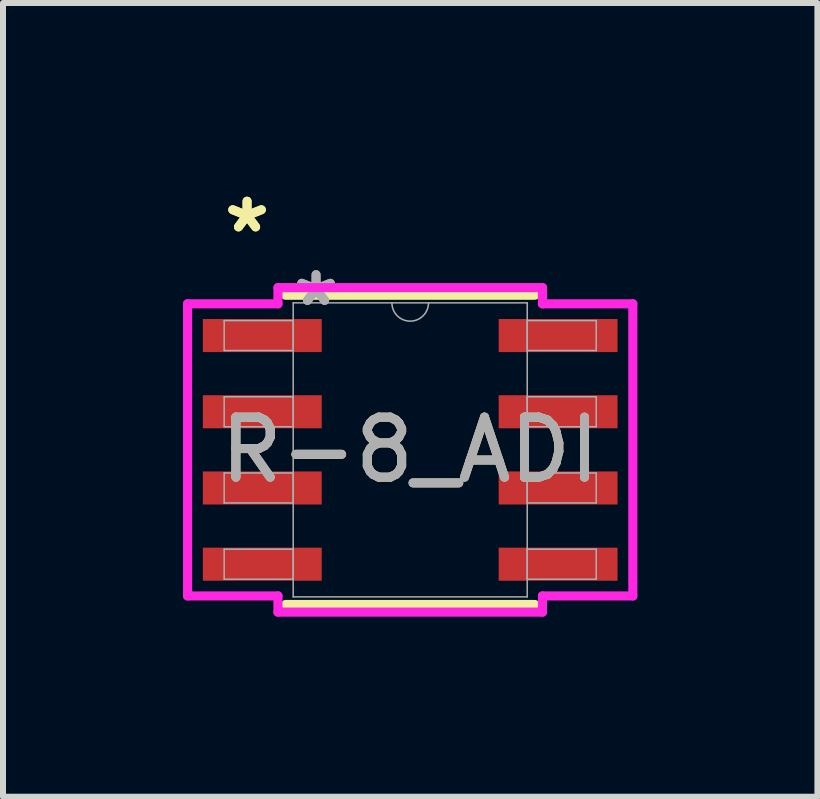
<source format=kicad_pcb>
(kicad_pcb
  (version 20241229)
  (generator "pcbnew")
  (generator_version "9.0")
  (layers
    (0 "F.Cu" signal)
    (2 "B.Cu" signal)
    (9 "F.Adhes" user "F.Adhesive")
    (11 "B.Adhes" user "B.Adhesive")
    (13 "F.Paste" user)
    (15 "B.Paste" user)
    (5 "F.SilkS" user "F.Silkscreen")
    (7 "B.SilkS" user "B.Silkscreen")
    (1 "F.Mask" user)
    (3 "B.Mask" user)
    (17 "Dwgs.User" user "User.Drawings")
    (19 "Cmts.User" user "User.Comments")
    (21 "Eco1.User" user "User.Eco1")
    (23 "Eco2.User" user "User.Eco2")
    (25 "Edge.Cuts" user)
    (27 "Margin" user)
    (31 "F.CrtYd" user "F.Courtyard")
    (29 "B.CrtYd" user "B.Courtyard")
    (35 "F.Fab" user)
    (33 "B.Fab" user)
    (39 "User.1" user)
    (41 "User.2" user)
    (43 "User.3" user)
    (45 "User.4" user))
  (footprint "R-8_ADI"
    (layer "F.Cu")
    (at 3.786 4.447)
    (property "Reference" "R-8_ADI" (at 0 0 0) (unlocked yes) (layer "F.SilkS") (effects (font (size 1 1) (thickness 0.15))))
    (attr smd)
    (fp_line (start -2.077 2.577) (end 2.077 2.577) (stroke (width 0.152) (type solid)) (layer "F.SilkS"))
    (fp_line (start 2.077 -2.577) (end -2.077 -2.577) (stroke (width 0.152) (type solid)) (layer "F.SilkS"))
    (fp_line (start -3.71 -2.434) (end -2.204 -2.434) (stroke (width 0.152) (type solid)) (layer "F.CrtYd"))
    (fp_line (start -3.71 2.434) (end -3.71 -2.434) (stroke (width 0.152) (type solid)) (layer "F.CrtYd"))
    (fp_line (start -3.71 2.434) (end -2.204 2.434) (stroke (width 0.152) (type solid)) (layer "F.CrtYd"))
    (fp_line (start -2.204 -2.704) (end 2.204 -2.704) (stroke (width 0.152) (type solid)) (layer "F.CrtYd"))
    (fp_line (start -2.204 -2.434) (end -2.204 -2.704) (stroke (width 0.152) (type solid)) (layer "F.CrtYd"))
    (fp_line (start -2.204 2.704) (end -2.204 2.434) (stroke (width 0.152) (type solid)) (layer "F.CrtYd"))
    (fp_line (start 2.204 -2.704) (end 2.204 -2.434) (stroke (width 0.152) (type solid)) (layer "F.CrtYd"))
    (fp_line (start 2.204 2.434) (end 2.204 2.704) (stroke (width 0.152) (type solid)) (layer "F.CrtYd"))
    (fp_line (start 2.204 2.704) (end -2.204 2.704) (stroke (width 0.152) (type solid)) (layer "F.CrtYd"))
    (fp_line (start 3.71 -2.434) (end 2.204 -2.434) (stroke (width 0.152) (type solid)) (layer "F.CrtYd"))
    (fp_line (start 3.71 -2.434) (end 3.71 2.434) (stroke (width 0.152) (type solid)) (layer "F.CrtYd"))
    (fp_line (start 3.71 2.434) (end 2.204 2.434) (stroke (width 0.152) (type solid)) (layer "F.CrtYd"))
    (fp_line (start -3.1 -2.155) (end -3.1 -1.655) (stroke (width 0.025) (type solid)) (layer "F.Fab"))
    (fp_line (start -3.1 -1.655) (end -1.95 -1.655) (stroke (width 0.025) (type solid)) (layer "F.Fab"))
    (fp_line (start -3.1 -0.885) (end -3.1 -0.385) (stroke (width 0.025) (type solid)) (layer "F.Fab"))
    (fp_line (start -3.1 -0.385) (end -1.95 -0.385) (stroke (width 0.025) (type solid)) (layer "F.Fab"))
    (fp_line (start -3.1 0.385) (end -3.1 0.885) (stroke (width 0.025) (type solid)) (layer "F.Fab"))
    (fp_line (start -3.1 0.885) (end -1.95 0.885) (stroke (width 0.025) (type solid)) (layer "F.Fab"))
    (fp_line (start -3.1 1.655) (end -3.1 2.155) (stroke (width 0.025) (type solid)) (layer "F.Fab"))
    (fp_line (start -3.1 2.155) (end -1.95 2.155) (stroke (width 0.025) (type solid)) (layer "F.Fab"))
    (fp_line (start -1.95 -2.45) (end -1.95 2.45) (stroke (width 0.025) (type solid)) (layer "F.Fab"))
    (fp_line (start -1.95 -2.155) (end -3.1 -2.155) (stroke (width 0.025) (type solid)) (layer "F.Fab"))
    (fp_line (start -1.95 -1.655) (end -1.95 -2.155) (stroke (width 0.025) (type solid)) (layer "F.Fab"))
    (fp_line (start -1.95 -0.885) (end -3.1 -0.885) (stroke (width 0.025) (type solid)) (layer "F.Fab"))
    (fp_line (start -1.95 -0.385) (end -1.95 -0.885) (stroke (width 0.025) (type solid)) (layer "F.Fab"))
    (fp_line (start -1.95 0.385) (end -3.1 0.385) (stroke (width 0.025) (type solid)) (layer "F.Fab"))
    (fp_line (start -1.95 0.885) (end -1.95 0.385) (stroke (width 0.025) (type solid)) (layer "F.Fab"))
    (fp_line (start -1.95 1.655) (end -3.1 1.655) (stroke (width 0.025) (type solid)) (layer "F.Fab"))
    (fp_line (start -1.95 2.155) (end -1.95 1.655) (stroke (width 0.025) (type solid)) (layer "F.Fab"))
    (fp_line (start -1.95 2.45) (end 1.95 2.45) (stroke (width 0.025) (type solid)) (layer "F.Fab"))
    (fp_line (start 1.95 -2.45) (end -1.95 -2.45) (stroke (width 0.025) (type solid)) (layer "F.Fab"))
    (fp_line (start 1.95 -2.155) (end 1.95 -1.655) (stroke (width 0.025) (type solid)) (layer "F.Fab"))
    (fp_line (start 1.95 -1.655) (end 3.1 -1.655) (stroke (width 0.025) (type solid)) (layer "F.Fab"))
    (fp_line (start 1.95 -0.885) (end 1.95 -0.385) (stroke (width 0.025) (type solid)) (layer "F.Fab"))
    (fp_line (start 1.95 -0.385) (end 3.1 -0.385) (stroke (width 0.025) (type solid)) (layer "F.Fab"))
    (fp_line (start 1.95 0.385) (end 1.95 0.885) (stroke (width 0.025) (type solid)) (layer "F.Fab"))
    (fp_line (start 1.95 0.885) (end 3.1 0.885) (stroke (width 0.025) (type solid)) (layer "F.Fab"))
    (fp_line (start 1.95 1.655) (end 1.95 2.155) (stroke (width 0.025) (type solid)) (layer "F.Fab"))
    (fp_line (start 1.95 2.155) (end 3.1 2.155) (stroke (width 0.025) (type solid)) (layer "F.Fab"))
    (fp_line (start 1.95 2.45) (end 1.95 -2.45) (stroke (width 0.025) (type solid)) (layer "F.Fab"))
    (fp_line (start 3.1 -2.155) (end 1.95 -2.155) (stroke (width 0.025) (type solid)) (layer "F.Fab"))
    (fp_line (start 3.1 -1.655) (end 3.1 -2.155) (stroke (width 0.025) (type solid)) (layer "F.Fab"))
    (fp_line (start 3.1 -0.885) (end 1.95 -0.885) (stroke (width 0.025) (type solid)) (layer "F.Fab"))
    (fp_line (start 3.1 -0.385) (end 3.1 -0.885) (stroke (width 0.025) (type solid)) (layer "F.Fab"))
    (fp_line (start 3.1 0.385) (end 1.95 0.385) (stroke (width 0.025) (type solid)) (layer "F.Fab"))
    (fp_line (start 3.1 0.885) (end 3.1 0.385) (stroke (width 0.025) (type solid)) (layer "F.Fab"))
    (fp_line (start 3.1 1.655) (end 1.95 1.655) (stroke (width 0.025) (type solid)) (layer "F.Fab"))
    (fp_line (start 3.1 2.155) (end 3.1 1.655) (stroke (width 0.025) (type solid)) (layer "F.Fab"))
    (fp_arc (start 0.3048 -2.45) (mid 0 -2.1452) (end -0.3048 -2.45) (stroke (width 0.0254) (type solid)) (layer "F.Fab"))
    (fp_text user "*" (at -2.719 -3.599 0) (unlocked yes) (layer "F.SilkS") (effects (font (size 1 1) (thickness 0.15))))
    (fp_text user "*" (at -2.719 -3.599 0) (layer "F.SilkS") (effects (font (size 1 1) (thickness 0.15))))
    (fp_text user "*" (at -1.569 -2.374 0) (layer "F.Fab") (effects (font (size 1 1) (thickness 0.15))))
    (fp_text user "${REFERENCE}" (at 0 0 0) (unlocked yes) (layer "F.Fab") (effects (font (size 1 1) (thickness 0.15))))
    (fp_text user "*" (at -1.569 -2.374 0) (unlocked yes) (layer "F.Fab") (effects (font (size 1 1) (thickness 0.15))))
    (pad "1" smd rect (at -2.465 -1.905) (size 1.981 0.551) (layers "F.Cu" "F.Mask" "F.Paste"))
    (pad "2" smd rect (at -2.465 -0.635) (size 1.981 0.551) (layers "F.Cu" "F.Mask" "F.Paste"))
    (pad "3" smd rect (at -2.465 0.635) (size 1.981 0.551) (layers "F.Cu" "F.Mask" "F.Paste"))
    (pad "4" smd rect (at -2.465 1.905) (size 1.981 0.551) (layers "F.Cu" "F.Mask" "F.Paste"))
    (pad "5" smd rect (at 2.465 1.905) (size 1.981 0.551) (layers "F.Cu" "F.Mask" "F.Paste"))
    (pad "6" smd rect (at 2.465 0.635) (size 1.981 0.551) (layers "F.Cu" "F.Mask" "F.Paste"))
    (pad "7" smd rect (at 2.465 -0.635) (size 1.981 0.551) (layers "F.Cu" "F.Mask" "F.Paste"))
    (pad "8" smd rect (at 2.465 -1.905) (size 1.981 0.551) (layers "F.Cu" "F.Mask" "F.Paste")))
  (gr_rect
    (start -3 -3)
    (end 10.572 10.227)
    (stroke (width 0.1) (type default))
    (fill no)
    (layer "Edge.Cuts")))
</source>
